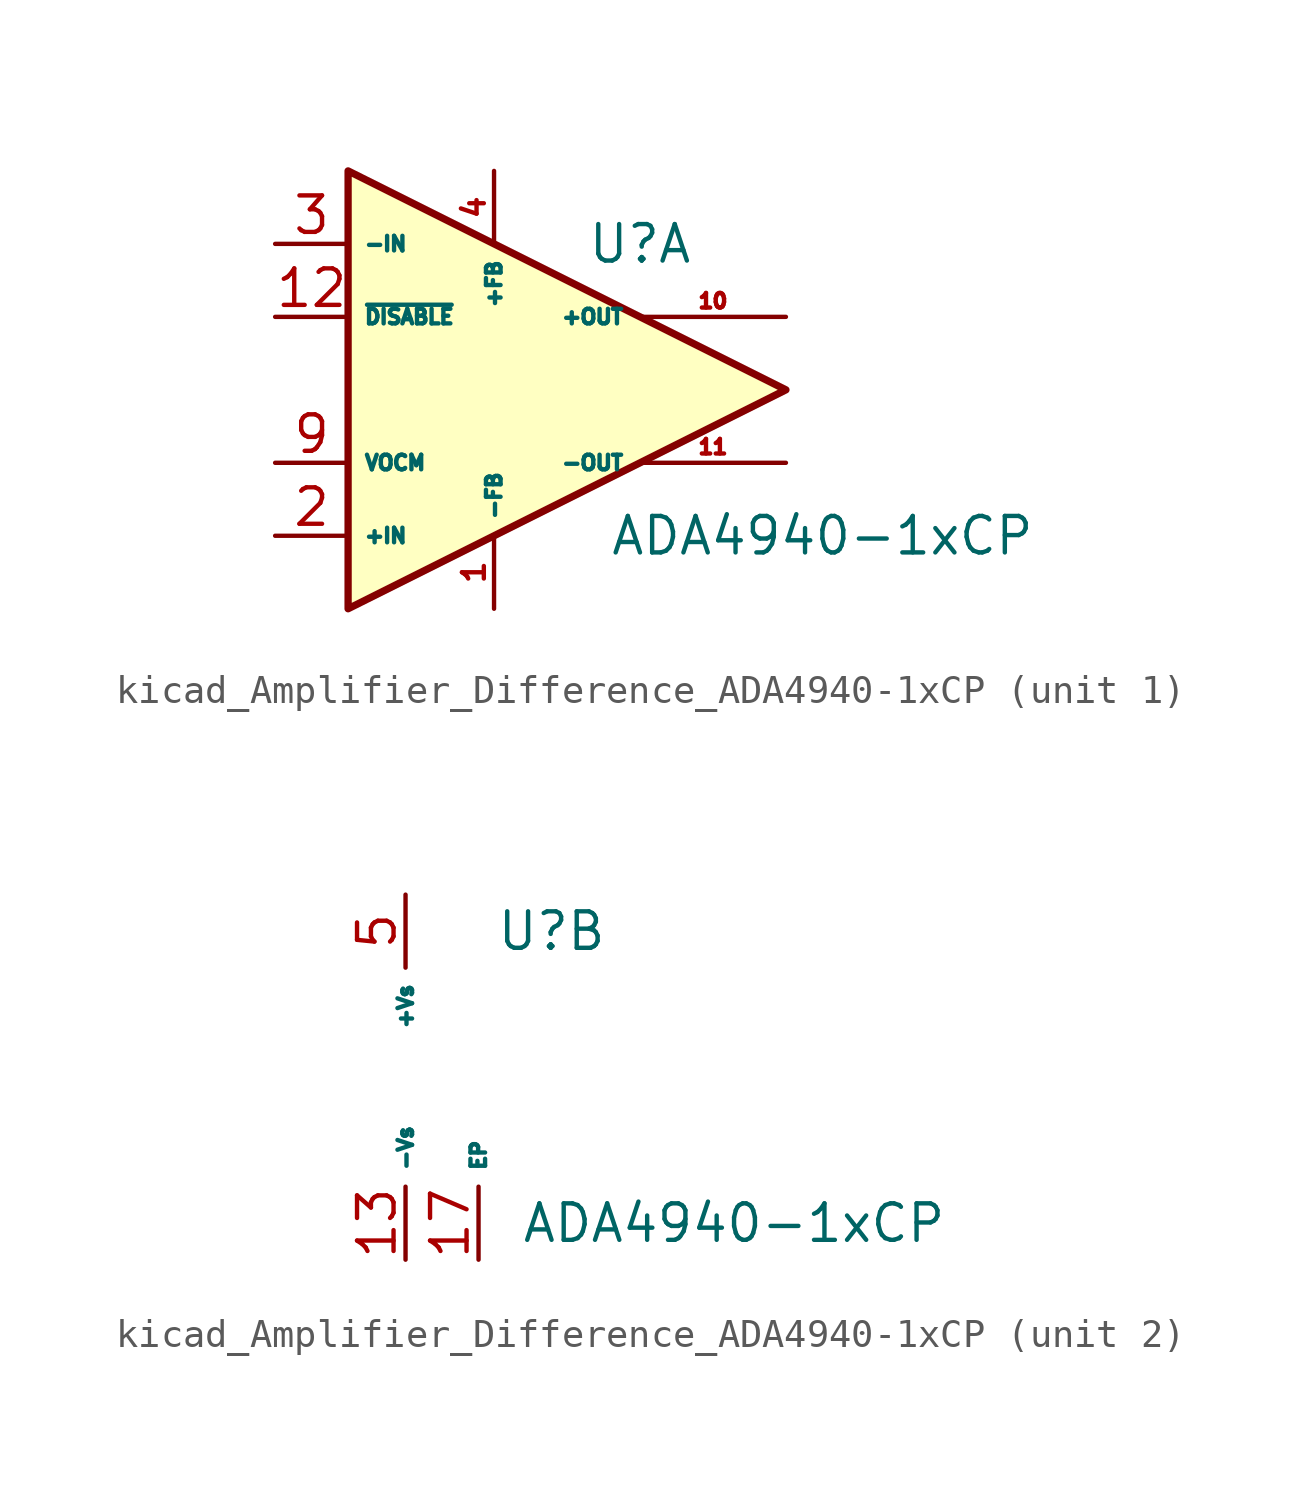
<source format=kicad_sym>
(kicad_symbol_lib
  (version 20220914)
  (generator kicad_symbol_editor)
  (symbol "kicad_Amplifier_Difference_ADA4940-1xCP"
    (property "Reference" "U"
      (at 5.08 5.08 0)
      (effects (font (size 1.27 1.27))))
    (property "Value" "ADA4940-1xCP"
      (at 11.43 -5.08 0)
      (effects (font (size 1.27 1.27))))
    (symbol "kicad_Amplifier_Difference_ADA4940-1xCP_1_1"
      (polyline (pts (xy -5.08 7.62) (xy -5.08 -7.62) (xy 10.16 0) (xy -5.08 7.62)) (stroke (width 0.254) (type default)) (fill (type background)))
      (pin input line (at 0 -7.62 90) (length 2.54) (name "-FB" (effects (font (size 0.508 0.508)))) (number "1" (effects (font (size 0.762 0.762)))))
      (pin output line (at 10.16 2.54 180) (length 5.08) (name "+OUT" (effects (font (size 0.508 0.508)))) (number "10" (effects (font (size 0.508 0.508)))))
      (pin output line (at 10.16 -2.54 180) (length 5.08) (name "-OUT" (effects (font (size 0.508 0.508)))) (number "11" (effects (font (size 0.508 0.508)))))
      (pin input line (at -7.62 2.54 0) (length 2.54) (name "~{DISABLE}" (effects (font (size 0.508 0.508)))) (number "12" (effects (font (size 1.27 1.27)))))
      (pin input line (at -7.62 -5.08 0) (length 2.54) (name "+IN" (effects (font (size 0.508 0.508)))) (number "2" (effects (font (size 1.27 1.27)))))
      (pin input line (at -7.62 5.08 0) (length 2.54) (name "-IN" (effects (font (size 0.508 0.508)))) (number "3" (effects (font (size 1.27 1.27)))))
      (pin input line (at 0 7.62 270) (length 2.54) (name "+FB" (effects (font (size 0.508 0.508)))) (number "4" (effects (font (size 0.762 0.762)))))
      (pin input line (at -7.62 -2.54 0) (length 2.54) (name "VOCM" (effects (font (size 0.508 0.508)))) (number "9" (effects (font (size 1.27 1.27))))))
    (symbol "kicad_Amplifier_Difference_ADA4940-1xCP_2_1"
      (pin power_in line (at 0 -6.35 90) (length 2.54) (name "-Vs" (effects (font (size 0.508 0.508)))) (number "13" (effects (font (size 1.27 1.27)))))
      (pin passive line (at 0 -6.35 90) (length 2.54) hide (name "-Vs" (effects (font (size 0.508 0.508)))) (number "14" (effects (font (size 1.27 1.27)))))
      (pin passive line (at 0 -6.35 90) (length 2.54) hide (name "-Vs" (effects (font (size 0.508 0.508)))) (number "15" (effects (font (size 1.27 1.27)))))
      (pin passive line (at 0 -6.35 90) (length 2.54) hide (name "-Vs" (effects (font (size 0.508 0.508)))) (number "16" (effects (font (size 1.27 1.27)))))
      (pin passive line (at 2.54 -6.35 90) (length 2.54) (name "EP" (effects (font (size 0.508 0.508)))) (number "17" (effects (font (size 1.27 1.27)))))
      (pin power_in line (at 0 6.35 270) (length 2.54) (name "+Vs" (effects (font (size 0.508 0.508)))) (number "5" (effects (font (size 1.27 1.27)))))
      (pin passive line (at 0 6.35 270) (length 2.54) hide (name "+Vs" (effects (font (size 0.508 0.508)))) (number "6" (effects (font (size 1.27 1.27)))))
      (pin passive line (at 0 6.35 270) (length 2.54) hide (name "+Vs" (effects (font (size 0.508 0.508)))) (number "7" (effects (font (size 1.27 1.27)))))
      (pin passive line (at 0 6.35 270) (length 2.54) hide (name "+Vs" (effects (font (size 0.508 0.508)))) (number "8" (effects (font (size 1.27 1.27))))))))
</source>
